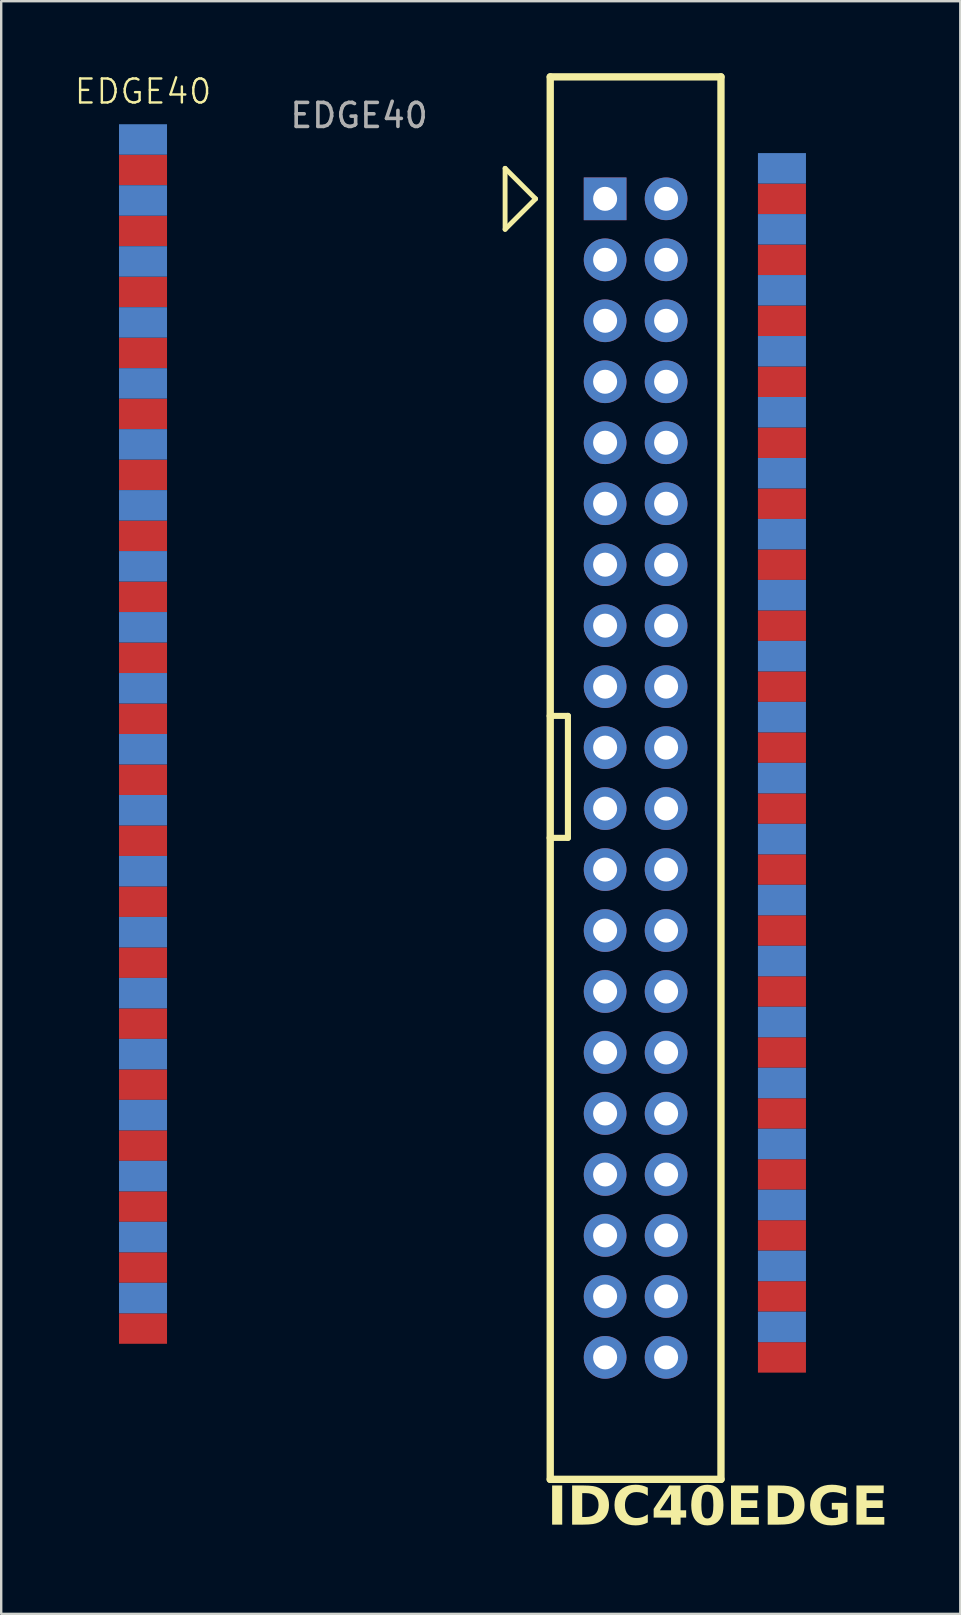
<source format=kicad_pcb>
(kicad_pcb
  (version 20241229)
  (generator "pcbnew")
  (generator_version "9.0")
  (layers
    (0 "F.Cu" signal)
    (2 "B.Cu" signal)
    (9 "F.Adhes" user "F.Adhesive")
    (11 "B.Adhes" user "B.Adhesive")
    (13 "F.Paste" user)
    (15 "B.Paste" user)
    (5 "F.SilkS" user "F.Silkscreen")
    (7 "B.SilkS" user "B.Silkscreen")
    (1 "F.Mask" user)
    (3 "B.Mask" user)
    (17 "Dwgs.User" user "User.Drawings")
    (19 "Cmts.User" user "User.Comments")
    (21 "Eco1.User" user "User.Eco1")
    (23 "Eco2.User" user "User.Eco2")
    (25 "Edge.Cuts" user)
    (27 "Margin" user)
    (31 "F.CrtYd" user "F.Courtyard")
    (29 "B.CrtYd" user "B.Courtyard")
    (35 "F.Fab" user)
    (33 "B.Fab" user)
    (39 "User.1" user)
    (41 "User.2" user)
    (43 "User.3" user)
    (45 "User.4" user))
  (footprint "EDGE40"
    (layer "F.Cu")
    (at 2.907 2.76)
    (property "Reference" "EDGE40" (at 0 -2 0) (unlocked yes) (layer "F.SilkS") (effects (font (size 1 1) (thickness 0.1))))
    (attr smd)
    (fp_text user "${REFERENCE}" (at 9 -1 0) (unlocked yes) (layer "F.Fab") (effects (font (size 1 1) (thickness 0.15))))
    (pad "1" smd rect (at 0 0) (size 2 1.27) (layers "B.Cu" "B.Mask" "B.Paste"))
    (pad "2" smd rect (at 0 1.27) (size 2 1.27) (layers "F.Cu" "F.Mask" "F.Paste"))
    (pad "3" smd rect (at 0 2.54) (size 2 1.27) (layers "B.Cu" "B.Mask" "B.Paste"))
    (pad "4" smd rect (at 0 3.81) (size 2 1.27) (layers "F.Cu" "F.Mask" "F.Paste"))
    (pad "5" smd rect (at 0 5.08) (size 2 1.27) (layers "B.Cu" "B.Mask" "B.Paste"))
    (pad "6" smd rect (at 0 6.35) (size 2 1.27) (layers "F.Cu" "F.Mask" "F.Paste"))
    (pad "7" smd rect (at 0 7.62) (size 2 1.27) (layers "B.Cu" "B.Mask" "B.Paste"))
    (pad "8" smd rect (at 0 8.89) (size 2 1.27) (layers "F.Cu" "F.Mask" "F.Paste"))
    (pad "9" smd rect (at 0 10.16) (size 2 1.27) (layers "B.Cu" "B.Mask" "B.Paste"))
    (pad "10" smd rect (at 0 11.43) (size 2 1.27) (layers "F.Cu" "F.Mask" "F.Paste"))
    (pad "11" smd rect (at 0 12.7) (size 2 1.27) (layers "B.Cu" "B.Mask" "B.Paste"))
    (pad "12" smd rect (at 0 13.97) (size 2 1.27) (layers "F.Cu" "F.Mask" "F.Paste"))
    (pad "13" smd rect (at 0 15.24) (size 2 1.27) (layers "B.Cu" "B.Mask" "B.Paste"))
    (pad "14" smd rect (at 0 16.51) (size 2 1.27) (layers "F.Cu" "F.Mask" "F.Paste"))
    (pad "15" smd rect (at 0 17.78) (size 2 1.27) (layers "B.Cu" "B.Mask" "B.Paste"))
    (pad "16" smd rect (at 0 19.05) (size 2 1.27) (layers "F.Cu" "F.Mask" "F.Paste"))
    (pad "17" smd rect (at 0 20.32) (size 2 1.27) (layers "B.Cu" "B.Mask" "B.Paste"))
    (pad "18" smd rect (at 0 21.59) (size 2 1.27) (layers "F.Cu" "F.Mask" "F.Paste"))
    (pad "19" smd rect (at 0 22.86) (size 2 1.27) (layers "B.Cu" "B.Mask" "B.Paste"))
    (pad "20" smd rect (at 0 24.13) (size 2 1.27) (layers "F.Cu" "F.Mask" "F.Paste"))
    (pad "21" smd rect (at 0 25.4) (size 2 1.27) (layers "B.Cu" "B.Mask" "B.Paste"))
    (pad "22" smd rect (at 0 26.67) (size 2 1.27) (layers "F.Cu" "F.Mask" "F.Paste"))
    (pad "23" smd rect (at 0 27.94) (size 2 1.27) (layers "B.Cu" "B.Mask" "B.Paste"))
    (pad "24" smd rect (at 0 29.21) (size 2 1.27) (layers "F.Cu" "F.Mask" "F.Paste"))
    (pad "25" smd rect (at 0 30.48) (size 2 1.27) (layers "B.Cu" "B.Mask" "B.Paste"))
    (pad "26" smd rect (at 0 31.75) (size 2 1.27) (layers "F.Cu" "F.Mask" "F.Paste"))
    (pad "27" smd rect (at 0 33.02) (size 2 1.27) (layers "B.Cu" "B.Mask" "B.Paste"))
    (pad "28" smd rect (at 0 34.29) (size 2 1.27) (layers "F.Cu" "F.Mask" "F.Paste"))
    (pad "29" smd rect (at 0 35.56) (size 2 1.27) (layers "B.Cu" "B.Mask" "B.Paste"))
    (pad "30" smd rect (at 0 36.83) (size 2 1.27) (layers "F.Cu" "F.Mask" "F.Paste"))
    (pad "31" smd rect (at 0 38.1) (size 2 1.27) (layers "B.Cu" "B.Mask" "B.Paste"))
    (pad "32" smd rect (at 0 39.37) (size 2 1.27) (layers "F.Cu" "F.Mask" "F.Paste"))
    (pad "33" smd rect (at 0 40.64) (size 2 1.27) (layers "B.Cu" "B.Mask" "B.Paste"))
    (pad "34" smd rect (at 0 41.91) (size 2 1.27) (layers "F.Cu" "F.Mask" "F.Paste"))
    (pad "35" smd rect (at 0 43.18) (size 2 1.27) (layers "B.Cu" "B.Mask" "B.Paste"))
    (pad "36" smd rect (at 0 44.45) (size 2 1.27) (layers "F.Cu" "F.Mask" "F.Paste"))
    (pad "37" smd rect (at 0 45.72) (size 2 1.27) (layers "B.Cu" "B.Mask" "B.Paste"))
    (pad "38" smd rect (at 0 46.99) (size 2 1.27) (layers "F.Cu" "F.Mask" "F.Paste"))
    (pad "39" smd rect (at 0 48.26) (size 2 1.27) (layers "B.Cu" "B.Mask" "B.Paste"))
    (pad "40" smd rect (at 0 49.53) (size 2 1.27) (layers "F.Cu" "F.Mask" "F.Paste")))
  (footprint "IDC40EDGE"
    (layer "F.Cu")
    (at 22.156 5.232)
    (property "Reference" "IDC40EDGE" (at -2.413 55.499 0) (unlocked yes) (layer "F.SilkS") (effects (font (face "Arial Rounded MT Bold") (size 1.6 1.6) (thickness 0.254)) (justify left bottom)))
    (fp_line (start -4.166 -1.27) (end -2.896 0) (stroke (width 0.203) (type solid)) (layer "F.SilkS"))
    (fp_line (start -4.166 1.27) (end -4.166 -1.27) (stroke (width 0.203) (type solid)) (layer "F.SilkS"))
    (fp_line (start -4.166 1.27) (end -2.896 0) (stroke (width 0.203) (type solid)) (layer "F.SilkS"))
    (fp_line (start -2.311 21.539) (end -1.549 21.539) (stroke (width 0.254) (type solid)) (layer "F.SilkS"))
    (fp_line (start -2.311 26.619) (end -1.549 26.619) (stroke (width 0.254) (type solid)) (layer "F.SilkS"))
    (fp_line (start -2.286 -5.08) (end 4.826 -5.08) (stroke (width 0.305) (type solid)) (layer "F.SilkS"))
    (fp_line (start -2.286 53.34) (end -2.286 -5.08) (stroke (width 0.305) (type solid)) (layer "F.SilkS"))
    (fp_line (start -2.286 53.34) (end 4.826 53.34) (stroke (width 0.305) (type solid)) (layer "F.SilkS"))
    (fp_line (start -1.549 26.619) (end -1.549 21.539) (stroke (width 0.254) (type solid)) (layer "F.SilkS"))
    (fp_line (start 4.826 53.34) (end 4.826 -5.08) (stroke (width 0.305) (type solid)) (layer "F.SilkS"))
    (pad "1" thru_hole rect (at 0 0 180) (size 1.778 1.778) (drill 1) (layers "*.Cu" "*.Mask"))
    (pad "1" smd rect (at 7.366 -1.27) (size 2 1.27) (layers "B.Cu" "B.Mask" "B.Paste"))
    (pad "2" thru_hole circle (at 2.54 0 180) (size 1.778 1.778) (drill 1) (layers "*.Cu" "*.Mask"))
    (pad "2" smd rect (at 7.366 0) (size 2 1.27) (layers "F.Cu" "F.Mask" "F.Paste"))
    (pad "3" thru_hole circle (at 0 2.54 180) (size 1.778 1.778) (drill 1) (layers "*.Cu" "*.Mask"))
    (pad "3" smd rect (at 7.366 1.27) (size 2 1.27) (layers "B.Cu" "B.Mask" "B.Paste"))
    (pad "4" thru_hole circle (at 2.54 2.54 180) (size 1.778 1.778) (drill 1) (layers "*.Cu" "*.Mask"))
    (pad "4" smd rect (at 7.366 2.54) (size 2 1.27) (layers "F.Cu" "F.Mask" "F.Paste"))
    (pad "5" thru_hole circle (at 0 5.08 180) (size 1.778 1.778) (drill 1) (layers "*.Cu" "*.Mask"))
    (pad "5" smd rect (at 7.366 3.81) (size 2 1.27) (layers "B.Cu" "B.Mask" "B.Paste"))
    (pad "6" thru_hole circle (at 2.54 5.08 180) (size 1.778 1.778) (drill 1) (layers "*.Cu" "*.Mask"))
    (pad "6" smd rect (at 7.366 5.08) (size 2 1.27) (layers "F.Cu" "F.Mask" "F.Paste"))
    (pad "7" thru_hole circle (at 0 7.62 180) (size 1.778 1.778) (drill 1) (layers "*.Cu" "*.Mask"))
    (pad "7" smd rect (at 7.366 6.35) (size 2 1.27) (layers "B.Cu" "B.Mask" "B.Paste"))
    (pad "8" thru_hole circle (at 2.54 7.62 180) (size 1.778 1.778) (drill 1) (layers "*.Cu" "*.Mask"))
    (pad "8" smd rect (at 7.366 7.62) (size 2 1.27) (layers "F.Cu" "F.Mask" "F.Paste"))
    (pad "9" thru_hole circle (at 0 10.16 180) (size 1.778 1.778) (drill 1) (layers "*.Cu" "*.Mask"))
    (pad "9" smd rect (at 7.366 8.89) (size 2 1.27) (layers "B.Cu" "B.Mask" "B.Paste"))
    (pad "10" thru_hole circle (at 2.54 10.16 180) (size 1.778 1.778) (drill 1) (layers "*.Cu" "*.Mask"))
    (pad "10" smd rect (at 7.366 10.16) (size 2 1.27) (layers "F.Cu" "F.Mask" "F.Paste"))
    (pad "11" thru_hole circle (at 0 12.7 180) (size 1.778 1.778) (drill 1) (layers "*.Cu" "*.Mask"))
    (pad "11" smd rect (at 7.366 11.43) (size 2 1.27) (layers "B.Cu" "B.Mask" "B.Paste"))
    (pad "12" thru_hole circle (at 2.54 12.7 180) (size 1.778 1.778) (drill 1) (layers "*.Cu" "*.Mask"))
    (pad "12" smd rect (at 7.366 12.7) (size 2 1.27) (layers "F.Cu" "F.Mask" "F.Paste"))
    (pad "13" thru_hole circle (at 0 15.24 180) (size 1.778 1.778) (drill 1) (layers "*.Cu" "*.Mask"))
    (pad "13" smd rect (at 7.366 13.97) (size 2 1.27) (layers "B.Cu" "B.Mask" "B.Paste"))
    (pad "14" thru_hole circle (at 2.54 15.24 180) (size 1.778 1.778) (drill 1) (layers "*.Cu" "*.Mask"))
    (pad "14" smd rect (at 7.366 15.24) (size 2 1.27) (layers "F.Cu" "F.Mask" "F.Paste"))
    (pad "15" thru_hole circle (at 0 17.78 180) (size 1.778 1.778) (drill 1) (layers "*.Cu" "*.Mask"))
    (pad "15" smd rect (at 7.366 16.51) (size 2 1.27) (layers "B.Cu" "B.Mask" "B.Paste"))
    (pad "16" thru_hole circle (at 2.54 17.78 180) (size 1.778 1.778) (drill 1) (layers "*.Cu" "*.Mask"))
    (pad "16" smd rect (at 7.366 17.78) (size 2 1.27) (layers "F.Cu" "F.Mask" "F.Paste"))
    (pad "17" thru_hole circle (at 0 20.32 180) (size 1.778 1.778) (drill 1) (layers "*.Cu" "*.Mask"))
    (pad "17" smd rect (at 7.366 19.05) (size 2 1.27) (layers "B.Cu" "B.Mask" "B.Paste"))
    (pad "18" thru_hole circle (at 2.54 20.32 180) (size 1.778 1.778) (drill 1) (layers "*.Cu" "*.Mask"))
    (pad "18" smd rect (at 7.366 20.32) (size 2 1.27) (layers "F.Cu" "F.Mask" "F.Paste"))
    (pad "19" thru_hole circle (at 0 22.86 180) (size 1.778 1.778) (drill 1) (layers "*.Cu" "*.Mask"))
    (pad "19" smd rect (at 7.366 21.59) (size 2 1.27) (layers "B.Cu" "B.Mask" "B.Paste"))
    (pad "20" thru_hole circle (at 2.54 22.86 180) (size 1.778 1.778) (drill 1) (layers "*.Cu" "*.Mask"))
    (pad "20" smd rect (at 7.366 22.86) (size 2 1.27) (layers "F.Cu" "F.Mask" "F.Paste"))
    (pad "21" thru_hole circle (at 0 25.4 180) (size 1.778 1.778) (drill 1) (layers "*.Cu" "*.Mask"))
    (pad "21" smd rect (at 7.366 24.13) (size 2 1.27) (layers "B.Cu" "B.Mask" "B.Paste"))
    (pad "22" thru_hole circle (at 2.54 25.4 180) (size 1.778 1.778) (drill 1) (layers "*.Cu" "*.Mask"))
    (pad "22" smd rect (at 7.366 25.4) (size 2 1.27) (layers "F.Cu" "F.Mask" "F.Paste"))
    (pad "23" thru_hole circle (at 0 27.94 180) (size 1.778 1.778) (drill 1) (layers "*.Cu" "*.Mask"))
    (pad "23" smd rect (at 7.366 26.67) (size 2 1.27) (layers "B.Cu" "B.Mask" "B.Paste"))
    (pad "24" thru_hole circle (at 2.54 27.94 180) (size 1.778 1.778) (drill 1) (layers "*.Cu" "*.Mask"))
    (pad "24" smd rect (at 7.366 27.94) (size 2 1.27) (layers "F.Cu" "F.Mask" "F.Paste"))
    (pad "25" thru_hole circle (at 0 30.48 180) (size 1.778 1.778) (drill 1) (layers "*.Cu" "*.Mask"))
    (pad "25" smd rect (at 7.366 29.21) (size 2 1.27) (layers "B.Cu" "B.Mask" "B.Paste"))
    (pad "26" thru_hole circle (at 2.54 30.48 180) (size 1.778 1.778) (drill 1) (layers "*.Cu" "*.Mask"))
    (pad "26" smd rect (at 7.366 30.48) (size 2 1.27) (layers "F.Cu" "F.Mask" "F.Paste"))
    (pad "27" thru_hole circle (at 0 33.02 180) (size 1.778 1.778) (drill 1) (layers "*.Cu" "*.Mask"))
    (pad "27" smd rect (at 7.366 31.75) (size 2 1.27) (layers "B.Cu" "B.Mask" "B.Paste"))
    (pad "28" thru_hole circle (at 2.54 33.02 180) (size 1.778 1.778) (drill 1) (layers "*.Cu" "*.Mask"))
    (pad "28" smd rect (at 7.366 33.02) (size 2 1.27) (layers "F.Cu" "F.Mask" "F.Paste"))
    (pad "29" thru_hole circle (at 0 35.56 180) (size 1.778 1.778) (drill 1) (layers "*.Cu" "*.Mask"))
    (pad "29" smd rect (at 7.366 34.29) (size 2 1.27) (layers "B.Cu" "B.Mask" "B.Paste"))
    (pad "30" thru_hole circle (at 2.54 35.56 180) (size 1.778 1.778) (drill 1) (layers "*.Cu" "*.Mask"))
    (pad "30" smd rect (at 7.366 35.56) (size 2 1.27) (layers "F.Cu" "F.Mask" "F.Paste"))
    (pad "31" thru_hole circle (at 0 38.1 180) (size 1.778 1.778) (drill 1) (layers "*.Cu" "*.Mask"))
    (pad "31" smd rect (at 7.366 36.83) (size 2 1.27) (layers "B.Cu" "B.Mask" "B.Paste"))
    (pad "32" thru_hole circle (at 2.54 38.1 180) (size 1.778 1.778) (drill 1) (layers "*.Cu" "*.Mask"))
    (pad "32" smd rect (at 7.366 38.1) (size 2 1.27) (layers "F.Cu" "F.Mask" "F.Paste"))
    (pad "33" thru_hole circle (at 0 40.64 180) (size 1.778 1.778) (drill 1) (layers "*.Cu" "*.Mask"))
    (pad "33" smd rect (at 7.366 39.37) (size 2 1.27) (layers "B.Cu" "B.Mask" "B.Paste"))
    (pad "34" thru_hole circle (at 2.54 40.64 180) (size 1.778 1.778) (drill 1) (layers "*.Cu" "*.Mask"))
    (pad "34" smd rect (at 7.366 40.64) (size 2 1.27) (layers "F.Cu" "F.Mask" "F.Paste"))
    (pad "35" thru_hole circle (at 0 43.18 180) (size 1.778 1.778) (drill 1) (layers "*.Cu" "*.Mask"))
    (pad "35" smd rect (at 7.366 41.91) (size 2 1.27) (layers "B.Cu" "B.Mask" "B.Paste"))
    (pad "36" thru_hole circle (at 2.54 43.18 180) (size 1.778 1.778) (drill 1) (layers "*.Cu" "*.Mask"))
    (pad "36" smd rect (at 7.366 43.18) (size 2 1.27) (layers "F.Cu" "F.Mask" "F.Paste"))
    (pad "37" thru_hole circle (at 0 45.72 180) (size 1.778 1.778) (drill 1) (layers "*.Cu" "*.Mask"))
    (pad "37" smd rect (at 7.366 44.45) (size 2 1.27) (layers "B.Cu" "B.Mask" "B.Paste"))
    (pad "38" thru_hole circle (at 2.54 45.72 180) (size 1.778 1.778) (drill 1) (layers "*.Cu" "*.Mask"))
    (pad "38" smd rect (at 7.366 45.72) (size 2 1.27) (layers "F.Cu" "F.Mask" "F.Paste"))
    (pad "39" thru_hole circle (at 0 48.26 180) (size 1.778 1.778) (drill 1) (layers "*.Cu" "*.Mask"))
    (pad "39" smd rect (at 7.366 46.99) (size 2 1.27) (layers "B.Cu" "B.Mask" "B.Paste"))
    (pad "40" thru_hole circle (at 2.54 48.26 180) (size 1.778 1.778) (drill 1) (layers "*.Cu" "*.Mask"))
    (pad "40" smd rect (at 7.366 48.26) (size 2 1.27) (layers "F.Cu" "F.Mask" "F.Paste")))
  (gr_rect
    (start -3 -3)
    (end 36.951 64.176)
    (stroke (width 0.1) (type default))
    (fill no)
    (layer "Edge.Cuts")))
</source>
